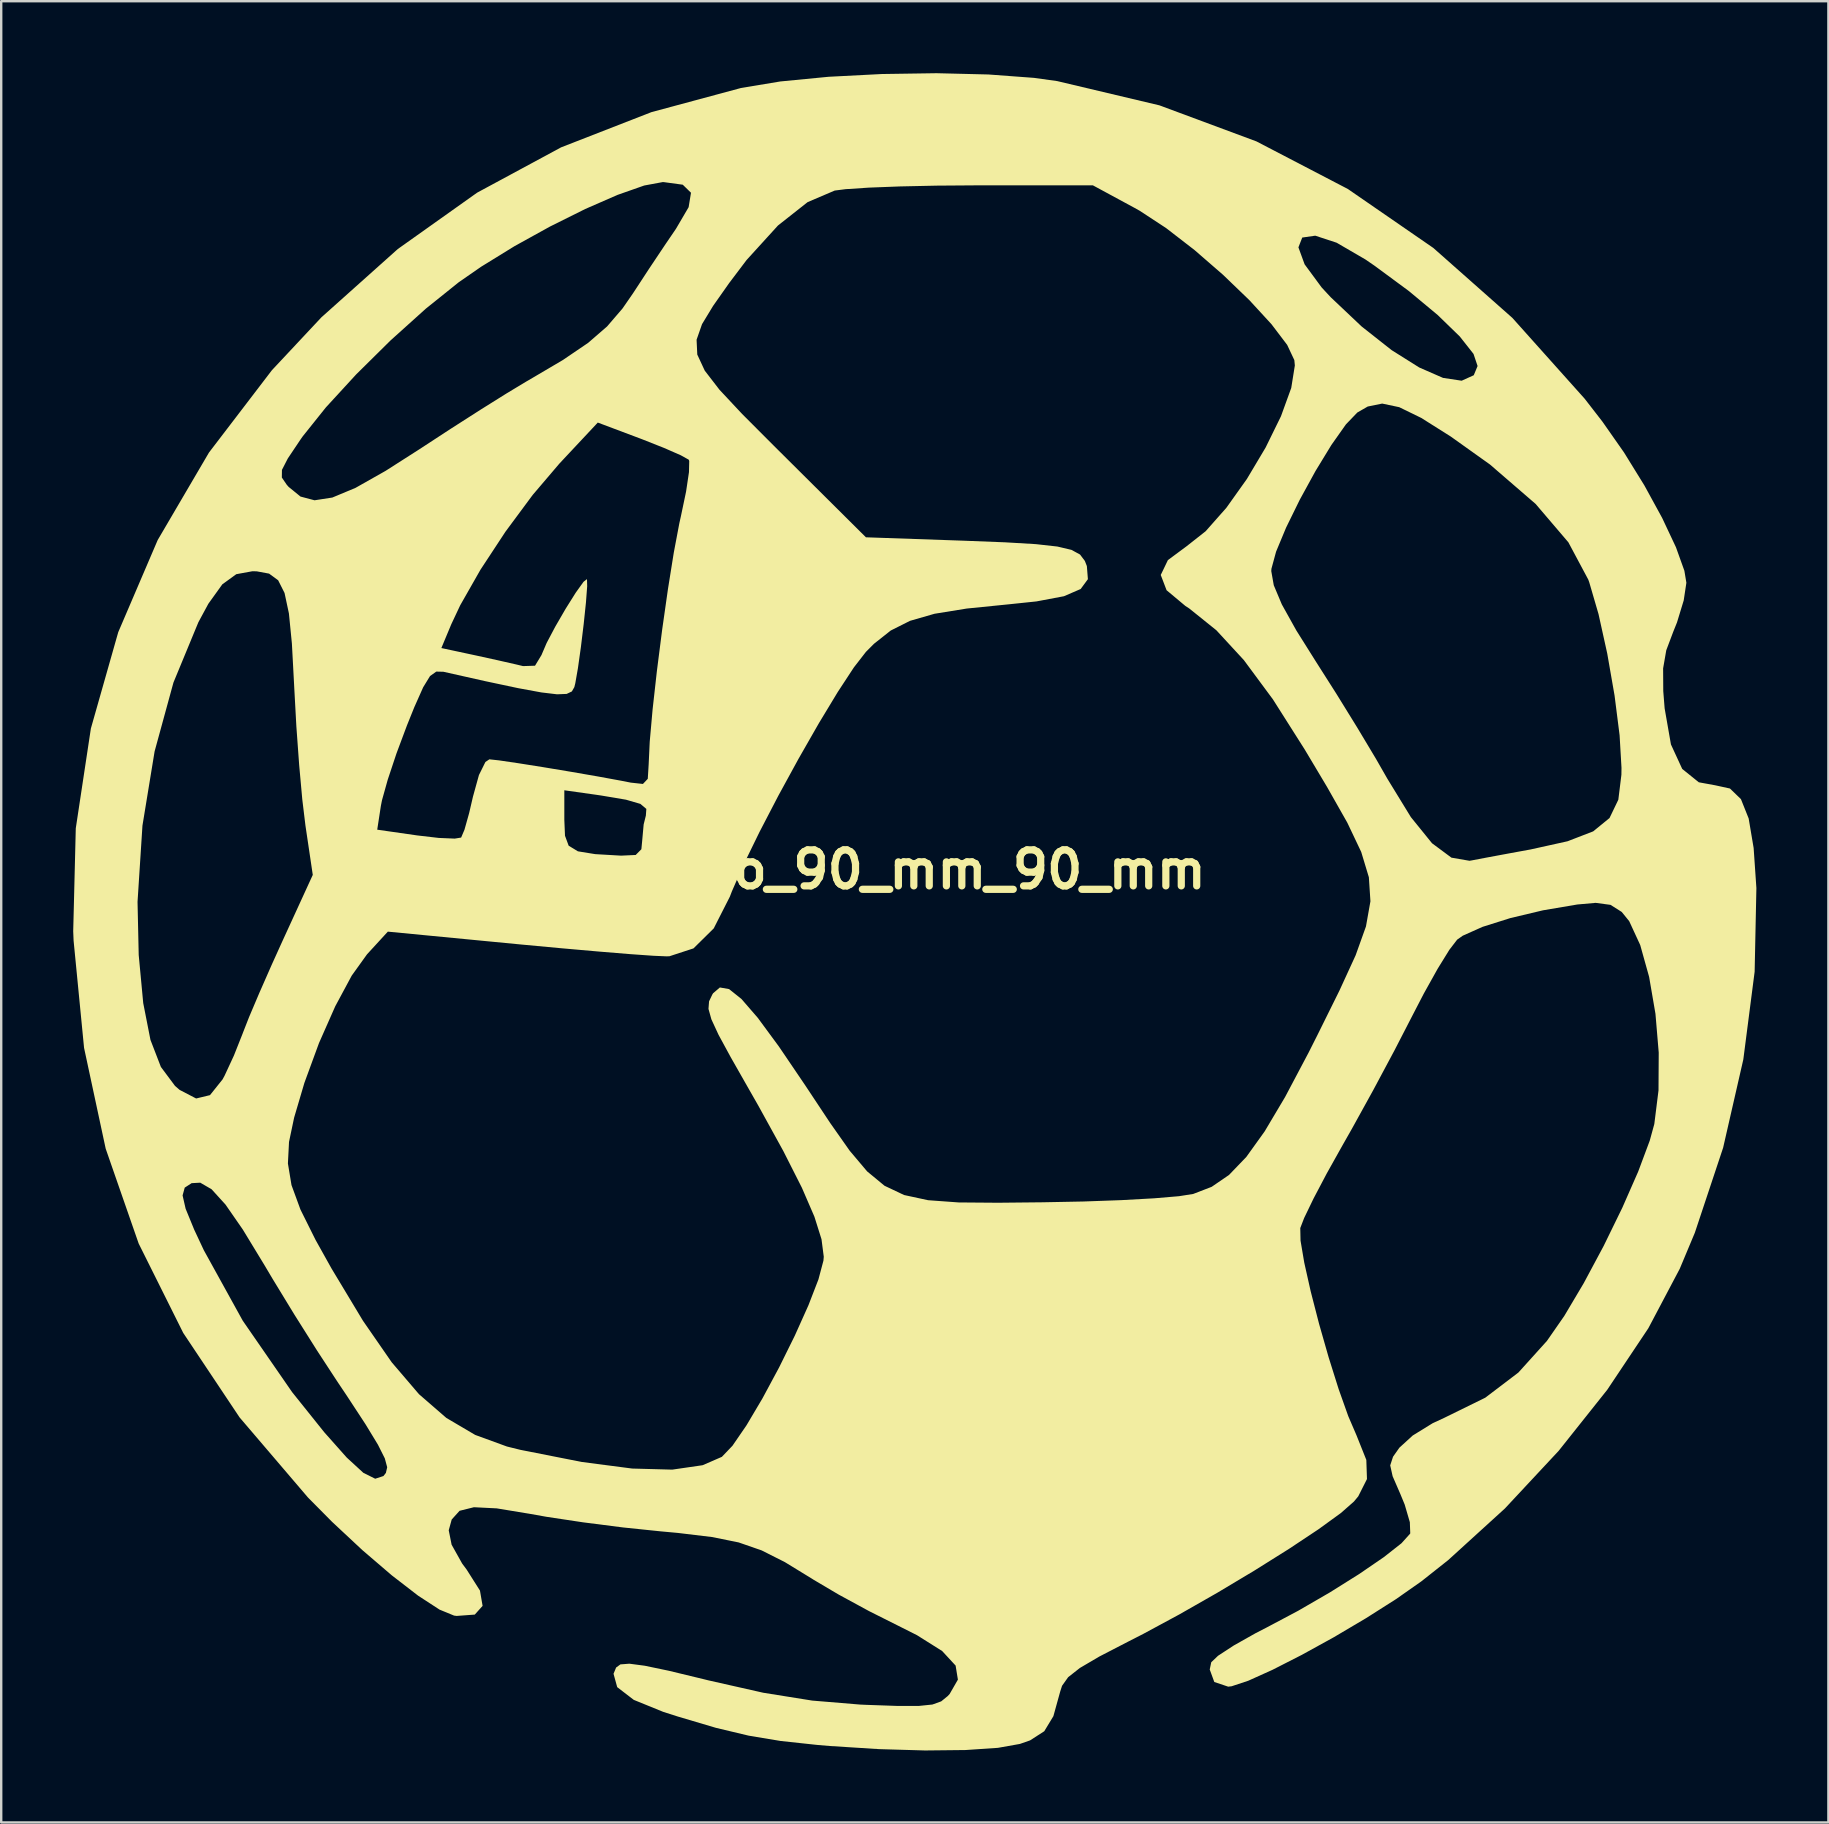
<source format=kicad_pcb>
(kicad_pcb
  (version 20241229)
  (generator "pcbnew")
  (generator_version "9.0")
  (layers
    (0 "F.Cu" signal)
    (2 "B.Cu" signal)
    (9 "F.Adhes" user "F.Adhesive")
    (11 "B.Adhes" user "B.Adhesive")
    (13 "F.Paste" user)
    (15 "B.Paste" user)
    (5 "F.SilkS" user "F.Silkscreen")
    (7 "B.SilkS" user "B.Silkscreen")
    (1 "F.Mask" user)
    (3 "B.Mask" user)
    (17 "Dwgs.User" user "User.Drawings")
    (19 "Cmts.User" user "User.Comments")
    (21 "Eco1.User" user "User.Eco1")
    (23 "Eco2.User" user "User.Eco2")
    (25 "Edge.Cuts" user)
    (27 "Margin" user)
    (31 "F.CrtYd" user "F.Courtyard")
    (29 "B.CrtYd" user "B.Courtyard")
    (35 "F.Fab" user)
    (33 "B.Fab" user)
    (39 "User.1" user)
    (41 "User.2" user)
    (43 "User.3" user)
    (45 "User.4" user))
  (footprint "logo_90_mm_90_mm"
    (layer "F.Cu")
    (at 35.593 33.179)
    (property "Reference" "logo_90_mm_90_mm" (at 0 0 0) (layer "F.SilkS") (effects (font (size 1.5 1.5) (thickness 0.3))))
    (attr board_only exclude_from_pos_files exclude_from_bom)
    (fp_poly (pts (xy 2.539 -33.126) (xy 4.436 -32.985) (xy 5.404 -32.85) (xy 9.662 -31.84) (xy 13.703 -30.338) (xy 17.512 -28.355) (xy 21.071 -25.9) (xy 24.366 -22.984) (xy 27.378 -19.617) (xy 28.118 -18.662) (xy 29.017 -17.378) (xy 29.866 -16.004) (xy 30.606 -14.651) (xy 31.181 -13.429) (xy 31.532 -12.45) (xy 31.615 -11.95) (xy 31.504 -11.215) (xy 31.224 -10.297) (xy 31.071 -9.917) (xy 30.777 -9.137) (xy 30.646 -8.383) (xy 30.652 -7.437) (xy 30.709 -6.719) (xy 30.972 -5.214) (xy 31.442 -4.194) (xy 32.133 -3.637) (xy 32.812 -3.513) (xy 33.43 -3.378) (xy 33.888 -2.936) (xy 34.21 -2.13) (xy 34.417 -0.901) (xy 34.532 0.77) (xy 34.459 4.254) (xy 33.987 7.911) (xy 33.146 11.588) (xy 31.967 15.131) (xy 31.338 16.633) (xy 30.03 19.109) (xy 28.317 21.674) (xy 26.294 24.216) (xy 24.054 26.618) (xy 21.692 28.768) (xy 20.577 29.651) (xy 19.521 30.392) (xy 18.27 31.187) (xy 16.928 31.981) (xy 15.594 32.716) (xy 14.372 33.339) (xy 13.363 33.794) (xy 12.67 34.024) (xy 12.526 34.041) (xy 11.947 33.846) (xy 11.757 33.326) (xy 11.82 33.024) (xy 12.103 32.754) (xy 12.756 32.327) (xy 13.661 31.817) (xy 14.109 31.586) (xy 15.44 30.88) (xy 16.762 30.114) (xy 17.982 29.349) (xy 19.007 28.647) (xy 19.745 28.067) (xy 20.102 27.671) (xy 20.111 27.651) (xy 20.094 27.189) (xy 19.88 26.456) (xy 19.7 26.019) (xy 19.377 25.275) (xy 19.276 24.822) (xy 19.394 24.461) (xy 19.658 24.085) (xy 20.213 23.578) (xy 21.045 23.065) (xy 21.53 22.84) (xy 23.237 22.002) (xy 24.617 20.953) (xy 25.805 19.637) (xy 26.53 18.593) (xy 27.339 17.23) (xy 28.167 15.683) (xy 28.946 14.087) (xy 29.609 12.578) (xy 30.089 11.292) (xy 30.279 10.6) (xy 30.454 9.199) (xy 30.463 7.626) (xy 30.327 6.008) (xy 30.063 4.471) (xy 29.692 3.143) (xy 29.233 2.149) (xy 28.922 1.765) (xy 28.454 1.469) (xy 27.832 1.386) (xy 27.071 1.454) (xy 25.644 1.696) (xy 24.282 2.02) (xy 23.122 2.386) (xy 22.299 2.754) (xy 22.067 2.917) (xy 21.741 3.341) (xy 21.253 4.131) (xy 20.676 5.165) (xy 20.202 6.08) (xy 19.452 7.535) (xy 18.566 9.193) (xy 17.684 10.791) (xy 17.275 11.511) (xy 16.631 12.662) (xy 16.082 13.704) (xy 15.691 14.514) (xy 15.529 14.934) (xy 15.54 15.458) (xy 15.695 16.375) (xy 15.963 17.57) (xy 16.312 18.924) (xy 16.711 20.32) (xy 17.127 21.642) (xy 17.529 22.773) (xy 17.87 23.565) (xy 18.281 24.594) (xy 18.308 25.391) (xy 17.945 26.111) (xy 17.766 26.327) (xy 17.221 26.807) (xy 16.288 27.484) (xy 15.058 28.301) (xy 13.622 29.202) (xy 12.069 30.131) (xy 10.491 31.031) (xy 8.978 31.848) (xy 8.379 32.154) (xy 7.159 32.785) (xy 6.347 33.262) (xy 5.858 33.647) (xy 5.604 34.005) (xy 5.526 34.249) (xy 5.243 35.271) (xy 4.863 35.898) (xy 4.272 36.279) (xy 3.848 36.427) (xy 2.932 36.59) (xy 1.581 36.681) (xy -0.104 36.699) (xy -2.022 36.643) (xy -4.071 36.513) (xy -4.6 36.468) (xy -6.118 36.304) (xy -7.456 36.081) (xy -8.817 35.756) (xy -10.405 35.285) (xy -11.014 35.09) (xy -12.239 34.591) (xy -12.929 34.061) (xy -13.082 33.504) (xy -12.974 33.243) (xy -12.795 33.113) (xy -12.423 33.084) (xy -11.78 33.169) (xy -10.785 33.377) (xy -9.36 33.721) (xy -9.143 33.775) (xy -6.84 34.295) (xy -4.804 34.621) (xy -2.81 34.787) (xy -2.567 34.798) (xy -1.252 34.844) (xy -0.365 34.844) (xy 0.205 34.785) (xy 0.57 34.653) (xy 0.842 34.432) (xy 0.921 34.346) (xy 1.265 33.748) (xy 1.17 33.163) (xy 0.61 32.557) (xy -0.44 31.896) (xy -1.217 31.505) (xy -2.438 30.892) (xy -3.705 30.203) (xy -4.758 29.58) (xy -4.817 29.542) (xy -5.947 28.85) (xy -6.911 28.364) (xy -7.868 28.032) (xy -8.979 27.807) (xy -10.403 27.636) (xy -11.122 27.57) (xy -12.681 27.408) (xy -14.353 27.194) (xy -15.882 26.963) (xy -16.566 26.841) (xy -17.948 26.613) (xy -18.898 26.565) (xy -19.496 26.714) (xy -19.824 27.077) (xy -19.948 27.526) (xy -19.828 28.126) (xy -19.39 28.909) (xy -19.203 29.161) (xy -18.647 30.038) (xy -18.537 30.675) (xy -18.863 31.038) (xy -19.617 31.094) (xy -19.726 31.08) (xy -20.331 30.831) (xy -21.223 30.25) (xy -22.32 29.403) (xy -23.543 28.355) (xy -24.809 27.173) (xy -25.813 26.159) (xy -28.661 22.824) (xy -31.009 19.304) (xy -32.866 15.579) (xy -33.563 13.575) (xy -31.036 13.575) (xy -30.91 14.128) (xy -30.552 15.002) (xy -30.152 15.856) (xy -28.53 18.793) (xy -26.474 21.768) (xy -25.134 23.441) (xy -24.196 24.497) (xy -23.505 25.132) (xy -23.011 25.378) (xy -22.668 25.266) (xy -22.566 25.135) (xy -22.512 24.9) (xy -22.611 24.53) (xy -22.899 23.957) (xy -23.414 23.11) (xy -24.193 21.921) (xy -24.578 21.347) (xy -25.426 20.05) (xy -26.382 18.534) (xy -27.286 17.051) (xy -27.623 16.483) (xy -28.528 14.995) (xy -29.249 13.955) (xy -29.827 13.319) (xy -30.3 13.044) (xy -30.659 13.064) (xy -30.947 13.25) (xy -31.036 13.575) (xy -33.563 13.575) (xy -34.026 12.243) (xy -26.648 12.243) (xy -26.499 13.144) (xy -26.125 14.165) (xy -25.498 15.425) (xy -24.832 16.618) (xy -23.52 18.798) (xy -22.325 20.525) (xy -21.188 21.855) (xy -20.047 22.845) (xy -18.845 23.553) (xy -17.522 24.036) (xy -16.96 24.175) (xy -14.402 24.68) (xy -12.304 24.954) (xy -10.636 24.999) (xy -9.371 24.815) (xy -8.568 24.466) (xy -8.126 24.003) (xy -7.542 23.152) (xy -6.876 22.028) (xy -6.185 20.743) (xy -5.528 19.413) (xy -4.962 18.152) (xy -4.545 17.074) (xy -4.337 16.293) (xy -4.323 16.13) (xy -4.417 15.402) (xy -4.713 14.461) (xy -5.235 13.254) (xy -6.008 11.726) (xy -7.056 9.824) (xy -7.454 9.127) (xy -8.201 7.814) (xy -8.708 6.881) (xy -9.005 6.239) (xy -9.126 5.804) (xy -9.102 5.488) (xy -8.966 5.204) (xy -8.933 5.151) (xy -8.651 4.911) (xy -8.268 4.979) (xy -7.753 5.39) (xy -7.073 6.175) (xy -6.196 7.366) (xy -5.09 8.997) (xy -5.061 9.041) (xy -4.059 10.552) (xy -3.242 11.714) (xy -2.517 12.573) (xy -1.792 13.172) (xy -0.977 13.558) (xy 0.022 13.774) (xy 1.295 13.867) (xy 2.935 13.88) (xy 4.788 13.861) (xy 6.489 13.828) (xy 8.076 13.771) (xy 9.44 13.695) (xy 10.476 13.607) (xy 11.067 13.514) (xy 11.837 13.217) (xy 12.56 12.722) (xy 13.281 11.972) (xy 14.044 10.909) (xy 14.896 9.476) (xy 15.88 7.616) (xy 16.256 6.869) (xy 17.163 5.036) (xy 17.835 3.571) (xy 18.266 2.368) (xy 18.452 1.32) (xy 18.387 0.321) (xy 18.068 -0.735) (xy 17.489 -1.954) (xy 16.645 -3.443) (xy 15.717 -4.999) (xy 14.39 -7.091) (xy 13.179 -8.728) (xy 12.033 -9.971) (xy 10.902 -10.88) (xy 10.741 -10.985) (xy 9.959 -11.639) (xy 9.716 -12.275) (xy 9.794 -12.435) (xy 14.321 -12.435) (xy 14.425 -11.846) (xy 14.761 -11.047) (xy 15.364 -9.965) (xy 16.178 -8.669) (xy 17.03 -7.33) (xy 17.902 -5.918) (xy 18.68 -4.619) (xy 19.159 -3.783) (xy 20.137 -2.186) (xy 21.019 -1.097) (xy 21.827 -0.497) (xy 22.58 -0.367) (xy 22.653 -0.379) (xy 23.299 -0.502) (xy 24.251 -0.679) (xy 25.13 -0.84) (xy 26.664 -1.18) (xy 27.733 -1.593) (xy 28.413 -2.148) (xy 28.78 -2.911) (xy 28.908 -3.952) (xy 28.912 -4.238) (xy 28.833 -5.595) (xy 28.623 -7.251) (xy 28.318 -9.002) (xy 27.955 -10.644) (xy 27.568 -11.971) (xy 27.529 -12.08) (xy 26.698 -13.636) (xy 25.333 -15.235) (xy 23.432 -16.877) (xy 21.797 -18.043) (xy 20.57 -18.817) (xy 19.652 -19.265) (xy 18.942 -19.415) (xy 18.339 -19.292) (xy 17.905 -19.042) (xy 17.43 -18.547) (xy 16.825 -17.69) (xy 16.161 -16.601) (xy 15.509 -15.411) (xy 14.939 -14.249) (xy 14.521 -13.245) (xy 14.327 -12.531) (xy 14.321 -12.435) (xy 9.794 -12.435) (xy 10.014 -12.894) (xy 10.785 -13.465) (xy 11.586 -14.096) (xy 12.449 -15.072) (xy 13.305 -16.274) (xy 14.086 -17.585) (xy 14.725 -18.888) (xy 15.153 -20.067) (xy 15.303 -21.003) (xy 15.282 -21.226) (xy 14.983 -21.861) (xy 14.329 -22.722) (xy 13.409 -23.723) (xy 12.311 -24.78) (xy 11.125 -25.81) (xy 10.979 -25.923) (xy 15.452 -25.923) (xy 15.71 -25.217) (xy 16.42 -24.253) (xy 16.795 -23.848) (xy 18.085 -22.628) (xy 19.335 -21.642) (xy 20.485 -20.919) (xy 21.477 -20.485) (xy 22.254 -20.368) (xy 22.757 -20.596) (xy 22.916 -20.98) (xy 22.747 -21.484) (xy 22.175 -22.21) (xy 21.257 -23.102) (xy 20.054 -24.103) (xy 18.624 -25.158) (xy 18.248 -25.416) (xy 17.044 -26.117) (xy 16.153 -26.41) (xy 15.611 -26.332) (xy 15.452 -25.923) (xy 10.979 -25.923) (xy 9.939 -26.727) (xy 8.841 -27.447) (xy 8.636 -27.562) (xy 6.89 -28.507) (xy 2.027 -28.507) (xy 0.38 -28.495) (xy -1.149 -28.462) (xy -2.45 -28.412) (xy -3.412 -28.348) (xy -3.867 -28.29) (xy -4.996 -27.808) (xy -6.231 -26.834) (xy -7.539 -25.396) (xy -8.266 -24.434) (xy -8.935 -23.483) (xy -9.395 -22.724) (xy -9.622 -22.075) (xy -9.593 -21.457) (xy -9.282 -20.788) (xy -8.667 -19.99) (xy -7.723 -18.981) (xy -6.426 -17.681) (xy -6.185 -17.441) (xy -2.567 -13.844) (xy 1.486 -13.703) (xy 3.232 -13.635) (xy 4.514 -13.559) (xy 5.41 -13.459) (xy 5.997 -13.32) (xy 6.353 -13.126) (xy 6.554 -12.86) (xy 6.638 -12.645) (xy 6.681 -12.099) (xy 6.38 -11.69) (xy 5.684 -11.389) (xy 4.539 -11.173) (xy 3.414 -11.055) (xy 1.636 -10.876) (xy 0.291 -10.658) (xy -0.729 -10.364) (xy -1.533 -9.96) (xy -2.229 -9.409) (xy -2.567 -9.07) (xy -3.066 -8.427) (xy -3.739 -7.401) (xy -4.527 -6.098) (xy -5.372 -4.621) (xy -6.216 -3.077) (xy -6.999 -1.57) (xy -7.665 -0.205) (xy -8.153 0.913) (xy -8.236 1.129) (xy -8.908 2.451) (xy -9.751 3.283) (xy -10.752 3.61) (xy -10.876 3.614) (xy -11.413 3.591) (xy -12.388 3.522) (xy -13.703 3.414) (xy -15.258 3.277) (xy -16.954 3.119) (xy -17.12 3.103) (xy -22.485 2.585) (xy -23.353 3.531) (xy -23.989 4.417) (xy -24.676 5.695) (xy -25.354 7.229) (xy -25.961 8.884) (xy -26.389 10.333) (xy -26.602 11.346) (xy -26.648 12.243) (xy -34.026 12.243) (xy -34.24 11.626) (xy -35.141 7.427) (xy -35.577 2.96) (xy -35.593 2.567) (xy -35.562 1.344) (xy -32.913 1.344) (xy -32.864 3.559) (xy -32.676 5.561) (xy -32.375 7.094) (xy -31.94 8.222) (xy -31.353 9.01) (xy -31.161 9.177) (xy -30.472 9.536) (xy -29.895 9.397) (xy -29.37 8.74) (xy -29.285 8.583) (xy -28.898 7.748) (xy -28.535 6.833) (xy -28.52 6.792) (xy -28.265 6.142) (xy -27.844 5.15) (xy -27.323 3.965) (xy -26.893 3.015) (xy -25.612 0.221) (xy -25.892 -1.663) (xy -22.927 -1.663) (xy -21.259 -1.423) (xy -20.363 -1.319) (xy -19.697 -1.291) (xy -19.431 -1.334) (xy -19.292 -1.662) (xy -19.098 -2.353) (xy -18.938 -3.04) (xy -18.865 -3.304) (xy -15.132 -3.304) (xy -15.132 -2.075) (xy -15.104 -1.41) (xy -14.951 -0.995) (xy -14.566 -0.761) (xy -13.846 -0.644) (xy -12.768 -0.581) (xy -12.159 -0.609) (xy -11.922 -0.848) (xy -11.889 -1.194) (xy -11.827 -1.881) (xy -11.735 -2.25) (xy -11.715 -2.528) (xy -11.963 -2.737) (xy -12.563 -2.912) (xy -13.601 -3.087) (xy -13.848 -3.123) (xy -15.132 -3.304) (xy -18.865 -3.304) (xy -18.689 -3.94) (xy -18.42 -4.483) (xy -18.255 -4.594) (xy -17.852 -4.55) (xy -17.056 -4.433) (xy -16.01 -4.267) (xy -14.852 -4.074) (xy -13.723 -3.878) (xy -12.763 -3.702) (xy -12.362 -3.623) (xy -11.857 -3.568) (xy -11.655 -3.782) (xy -11.619 -4.369) (xy -11.574 -5.326) (xy -11.454 -6.675) (xy -11.275 -8.277) (xy -11.056 -9.993) (xy -10.815 -11.684) (xy -10.571 -13.209) (xy -10.34 -14.431) (xy -10.274 -14.727) (xy -10.06 -15.746) (xy -9.939 -16.558) (xy -9.928 -17.025) (xy -9.95 -17.078) (xy -10.279 -17.261) (xy -10.97 -17.564) (xy -11.879 -17.924) (xy -11.936 -17.946) (xy -13.738 -18.624) (xy -15.342 -16.91) (xy -16.45 -15.609) (xy -17.582 -14.081) (xy -18.626 -12.493) (xy -19.469 -11.013) (xy -19.841 -10.222) (xy -20.255 -9.23) (xy -18.847 -8.928) (xy -17.922 -8.725) (xy -17.135 -8.546) (xy -16.851 -8.478) (xy -16.353 -8.494) (xy -16.08 -8.944) (xy -16.074 -8.962) (xy -15.869 -9.441) (xy -15.509 -10.122) (xy -15.077 -10.867) (xy -14.657 -11.536) (xy -14.331 -11.991) (xy -14.188 -12.102) (xy -14.18 -11.806) (xy -14.231 -11.13) (xy -14.325 -10.232) (xy -14.442 -9.268) (xy -14.565 -8.393) (xy -14.675 -7.764) (xy -14.715 -7.602) (xy -14.818 -7.422) (xy -15.035 -7.319) (xy -15.435 -7.303) (xy -16.087 -7.381) (xy -17.06 -7.56) (xy -18.424 -7.85) (xy -20.171 -8.242) (xy -20.466 -8.249) (xy -20.727 -8.063) (xy -21.013 -7.596) (xy -21.384 -6.762) (xy -21.687 -6.01) (xy -22.124 -4.842) (xy -22.49 -3.743) (xy -22.728 -2.891) (xy -22.775 -2.655) (xy -22.927 -1.663) (xy -25.892 -1.663) (xy -25.919 -1.846) (xy -26.049 -2.922) (xy -26.179 -4.357) (xy -26.296 -5.97) (xy -26.384 -7.579) (xy -26.39 -7.698) (xy -26.482 -9.418) (xy -26.606 -10.67) (xy -26.788 -11.524) (xy -27.055 -12.054) (xy -27.433 -12.331) (xy -27.947 -12.426) (xy -28.125 -12.43) (xy -28.799 -12.307) (xy -29.381 -11.884) (xy -29.961 -11.077) (xy -30.378 -10.306) (xy -31.417 -7.792) (xy -32.202 -4.924) (xy -32.708 -1.834) (xy -32.913 1.344) (xy -35.562 1.344) (xy -35.486 -1.719) (xy -34.857 -5.879) (xy -33.717 -9.891) (xy -32.073 -13.73) (xy -30.547 -16.334) (xy -26.901 -16.334) (xy -26.698 -16.035) (xy -26.618 -15.944) (xy -26.123 -15.541) (xy -25.539 -15.386) (xy -24.798 -15.5) (xy -23.834 -15.902) (xy -22.58 -16.611) (xy -21.167 -17.514) (xy -19.875 -18.358) (xy -18.616 -19.164) (xy -17.52 -19.85) (xy -16.718 -20.333) (xy -16.618 -20.39) (xy -15.191 -21.231) (xy -14.14 -21.945) (xy -13.351 -22.628) (xy -12.707 -23.378) (xy -12.266 -24.016) (xy -11.599 -25.036) (xy -10.903 -26.077) (xy -10.482 -26.695) (xy -9.953 -27.598) (xy -9.855 -28.199) (xy -10.198 -28.534) (xy -10.992 -28.642) (xy -11.032 -28.643) (xy -11.804 -28.5) (xy -12.916 -28.109) (xy -14.26 -27.522) (xy -15.726 -26.792) (xy -17.208 -25.973) (xy -18.597 -25.117) (xy -19.528 -24.472) (xy -20.905 -23.367) (xy -22.373 -22.045) (xy -23.802 -20.632) (xy -25.065 -19.257) (xy -26.032 -18.048) (xy -26.13 -17.908) (xy -26.652 -17.129) (xy -26.897 -16.652) (xy -26.901 -16.334) (xy -30.547 -16.334) (xy -29.936 -17.376) (xy -27.314 -20.806) (xy -25.254 -23.007) (xy -22.07 -25.854) (xy -18.765 -28.202) (xy -15.266 -30.09) (xy -11.503 -31.557) (xy -7.768 -32.564) (xy -6.134 -32.835) (xy -4.125 -33.03) (xy -1.902 -33.145) (xy 0.373 -33.179)) (stroke (width 0) (type solid)) (fill yes) (layer "F.SilkS")))
  (gr_rect
    (start -3 -3)
    (end 73.125 72.878)
    (stroke (width 0.1) (type default))
    (fill no)
    (layer "Edge.Cuts")))
</source>
